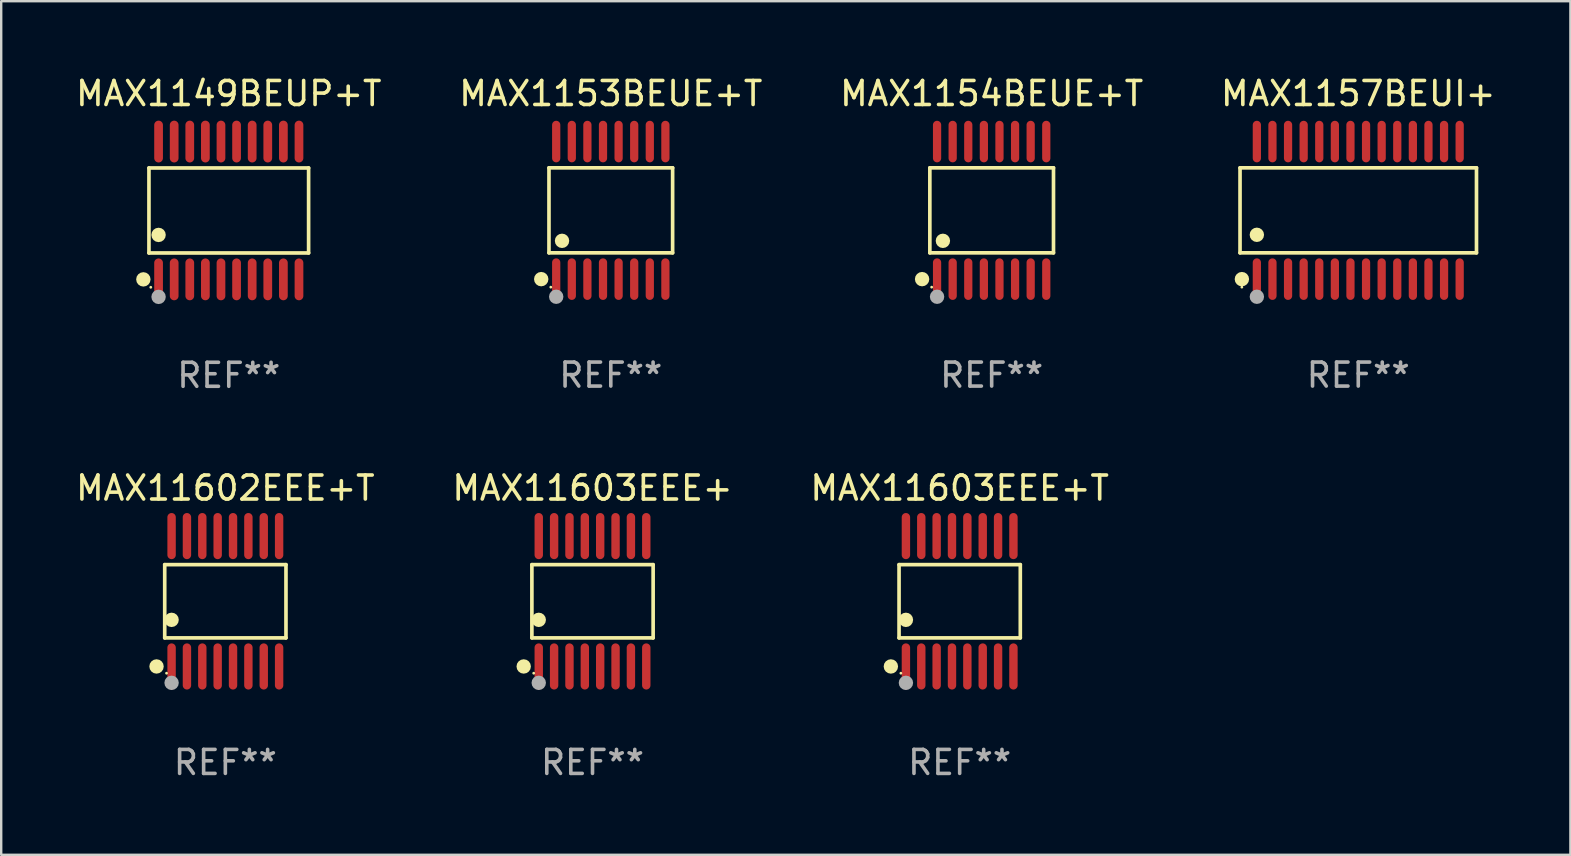
<source format=kicad_pcb>
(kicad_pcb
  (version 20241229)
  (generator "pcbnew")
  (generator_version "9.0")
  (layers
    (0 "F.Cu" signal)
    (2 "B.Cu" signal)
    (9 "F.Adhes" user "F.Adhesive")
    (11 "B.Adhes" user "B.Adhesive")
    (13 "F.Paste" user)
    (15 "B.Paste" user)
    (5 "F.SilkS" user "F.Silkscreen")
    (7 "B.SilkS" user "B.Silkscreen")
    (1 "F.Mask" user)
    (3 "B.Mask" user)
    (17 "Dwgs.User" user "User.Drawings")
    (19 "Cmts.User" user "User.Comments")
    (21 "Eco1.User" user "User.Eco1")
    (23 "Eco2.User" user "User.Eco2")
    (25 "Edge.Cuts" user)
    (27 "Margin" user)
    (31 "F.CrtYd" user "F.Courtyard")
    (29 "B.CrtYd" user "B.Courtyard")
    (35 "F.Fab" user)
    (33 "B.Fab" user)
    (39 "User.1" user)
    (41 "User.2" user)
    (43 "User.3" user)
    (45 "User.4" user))
  (footprint "MAX1153BEUE+T"
    (layer "F.Cu")
    (at 22.399 5.714)
    (property "Reference" "MAX1153BEUE+T" (at 0 -4.866 0) (layer "F.SilkS") (effects (font (size 1 1) (thickness 0.15))))
    (attr through_hole)
    (fp_line (start -2.576 -1.772) (end 2.576 -1.772) (stroke (width 0.152) (type solid)) (layer "F.SilkS"))
    (fp_line (start -2.576 1.771) (end -2.576 -1.772) (stroke (width 0.152) (type solid)) (layer "F.SilkS"))
    (fp_line (start 2.576 -1.772) (end 2.576 1.771) (stroke (width 0.152) (type solid)) (layer "F.SilkS"))
    (fp_line (start 2.576 1.771) (end -2.576 1.771) (stroke (width 0.152) (type solid)) (layer "F.SilkS"))
    (fp_circle (center -2.899 2.866) (end -2.749 2.866) (stroke (width 0.3) (type solid)) (fill no) (layer "F.SilkS"))
    (fp_circle (center -2.5 3.2) (end -2.47 3.2) (stroke (width 0.06) (type solid)) (fill no) (layer "F.SilkS"))
    (fp_circle (center -2.032 1.27) (end -1.882 1.27) (stroke (width 0.3) (type solid)) (fill no) (layer "F.SilkS"))
    (fp_circle (center -2.275 3.6) (end -2.125 3.6) (stroke (width 0.3) (type solid)) (fill no) (layer "F.Fab"))
    (fp_text user "REF**" (at 0 6.866 0) (layer "F.Fab") (effects (font (size 1 1) (thickness 0.15))))
    (pad "1" smd oval (at -2.275 2.866) (size 0.343 1.731) (layers "F.Cu" "F.Mask" "F.Paste"))
    (pad "2" smd oval (at -1.625 2.866) (size 0.343 1.731) (layers "F.Cu" "F.Mask" "F.Paste"))
    (pad "3" smd oval (at -0.975 2.866) (size 0.343 1.731) (layers "F.Cu" "F.Mask" "F.Paste"))
    (pad "4" smd oval (at -0.325 2.866) (size 0.343 1.731) (layers "F.Cu" "F.Mask" "F.Paste"))
    (pad "5" smd oval (at 0.325 2.866) (size 0.343 1.731) (layers "F.Cu" "F.Mask" "F.Paste"))
    (pad "6" smd oval (at 0.975 2.866) (size 0.343 1.731) (layers "F.Cu" "F.Mask" "F.Paste"))
    (pad "7" smd oval (at 1.625 2.866) (size 0.343 1.731) (layers "F.Cu" "F.Mask" "F.Paste"))
    (pad "8" smd oval (at 2.275 2.866) (size 0.343 1.731) (layers "F.Cu" "F.Mask" "F.Paste"))
    (pad "9" smd oval (at 2.275 -2.866) (size 0.343 1.731) (layers "F.Cu" "F.Mask" "F.Paste"))
    (pad "10" smd oval (at 1.625 -2.866) (size 0.343 1.731) (layers "F.Cu" "F.Mask" "F.Paste"))
    (pad "11" smd oval (at 0.975 -2.866) (size 0.343 1.731) (layers "F.Cu" "F.Mask" "F.Paste"))
    (pad "12" smd oval (at 0.325 -2.866) (size 0.343 1.731) (layers "F.Cu" "F.Mask" "F.Paste"))
    (pad "13" smd oval (at -0.325 -2.866) (size 0.343 1.731) (layers "F.Cu" "F.Mask" "F.Paste"))
    (pad "14" smd oval (at -0.975 -2.866) (size 0.343 1.731) (layers "F.Cu" "F.Mask" "F.Paste"))
    (pad "15" smd oval (at -1.625 -2.866) (size 0.343 1.731) (layers "F.Cu" "F.Mask" "F.Paste"))
    (pad "16" smd oval (at -2.275 -2.866) (size 0.343 1.731) (layers "F.Cu" "F.Mask" "F.Paste")))
  (footprint "MAX11603EEE+"
    (layer "F.Cu")
    (at 21.637 22.002)
    (property "Reference" "MAX11603EEE+" (at 0 -4.716 0) (layer "F.SilkS") (effects (font (size 1 1) (thickness 0.15))))
    (attr through_hole)
    (fp_line (start -2.526 -1.526) (end 2.526 -1.526) (stroke (width 0.152) (type solid)) (layer "F.SilkS"))
    (fp_line (start -2.526 1.526) (end -2.526 -1.526) (stroke (width 0.152) (type solid)) (layer "F.SilkS"))
    (fp_line (start 2.526 -1.526) (end 2.526 1.526) (stroke (width 0.152) (type solid)) (layer "F.SilkS"))
    (fp_line (start 2.526 1.526) (end -2.526 1.526) (stroke (width 0.152) (type solid)) (layer "F.SilkS"))
    (fp_circle (center -2.867 2.716) (end -2.717 2.716) (stroke (width 0.3) (type solid)) (fill no) (layer "F.SilkS"))
    (fp_circle (center -2.45 2.997) (end -2.42 2.997) (stroke (width 0.06) (type solid)) (fill no) (layer "F.SilkS"))
    (fp_circle (center -2.24 0.774) (end -2.09 0.774) (stroke (width 0.3) (type solid)) (fill no) (layer "F.SilkS"))
    (fp_circle (center -2.24 3.398) (end -2.09 3.398) (stroke (width 0.3) (type solid)) (fill no) (layer "F.Fab"))
    (fp_text user "REF**" (at 0 6.716 0) (layer "F.Fab") (effects (font (size 1 1) (thickness 0.15))))
    (pad "1" smd oval (at -2.24 2.716) (size 0.35 1.922) (layers "F.Cu" "F.Mask" "F.Paste"))
    (pad "2" smd oval (at -1.6 2.716) (size 0.35 1.922) (layers "F.Cu" "F.Mask" "F.Paste"))
    (pad "3" smd oval (at -0.96 2.716) (size 0.35 1.922) (layers "F.Cu" "F.Mask" "F.Paste"))
    (pad "4" smd oval (at -0.32 2.716) (size 0.35 1.922) (layers "F.Cu" "F.Mask" "F.Paste"))
    (pad "5" smd oval (at 0.32 2.716) (size 0.35 1.922) (layers "F.Cu" "F.Mask" "F.Paste"))
    (pad "6" smd oval (at 0.96 2.716) (size 0.35 1.922) (layers "F.Cu" "F.Mask" "F.Paste"))
    (pad "7" smd oval (at 1.6 2.716) (size 0.35 1.922) (layers "F.Cu" "F.Mask" "F.Paste"))
    (pad "8" smd oval (at 2.24 2.716) (size 0.35 1.922) (layers "F.Cu" "F.Mask" "F.Paste"))
    (pad "9" smd oval (at 2.24 -2.716) (size 0.35 1.922) (layers "F.Cu" "F.Mask" "F.Paste"))
    (pad "10" smd oval (at 1.6 -2.716) (size 0.35 1.922) (layers "F.Cu" "F.Mask" "F.Paste"))
    (pad "11" smd oval (at 0.96 -2.716) (size 0.35 1.922) (layers "F.Cu" "F.Mask" "F.Paste"))
    (pad "12" smd oval (at 0.32 -2.716) (size 0.35 1.922) (layers "F.Cu" "F.Mask" "F.Paste"))
    (pad "13" smd oval (at -0.32 -2.716) (size 0.35 1.922) (layers "F.Cu" "F.Mask" "F.Paste"))
    (pad "14" smd oval (at -0.96 -2.716) (size 0.35 1.922) (layers "F.Cu" "F.Mask" "F.Paste"))
    (pad "15" smd oval (at -1.6 -2.716) (size 0.35 1.922) (layers "F.Cu" "F.Mask" "F.Paste"))
    (pad "16" smd oval (at -2.24 -2.716) (size 0.35 1.922) (layers "F.Cu" "F.Mask" "F.Paste")))
  (footprint "MAX1149BEUP+T"
    (layer "F.Cu")
    (at 6.482 5.719)
    (property "Reference" "MAX1149BEUP+T" (at 0 -4.871 0) (layer "F.SilkS") (effects (font (size 1 1) (thickness 0.15))))
    (attr through_hole)
    (fp_line (start -3.326 -1.771) (end 3.326 -1.771) (stroke (width 0.152) (type solid)) (layer "F.SilkS"))
    (fp_line (start -3.326 1.771) (end -3.326 -1.771) (stroke (width 0.152) (type solid)) (layer "F.SilkS"))
    (fp_line (start 3.326 -1.771) (end 3.326 1.771) (stroke (width 0.152) (type solid)) (layer "F.SilkS"))
    (fp_line (start 3.326 1.771) (end -3.326 1.771) (stroke (width 0.152) (type solid)) (layer "F.SilkS"))
    (fp_circle (center -3.559 2.871) (end -3.409 2.871) (stroke (width 0.3) (type solid)) (fill no) (layer "F.SilkS"))
    (fp_circle (center -3.25 3.2) (end -3.22 3.2) (stroke (width 0.06) (type solid)) (fill no) (layer "F.SilkS"))
    (fp_circle (center -2.925 1.019) (end -2.775 1.019) (stroke (width 0.3) (type solid)) (fill no) (layer "F.SilkS"))
    (fp_circle (center -2.925 3.6) (end -2.775 3.6) (stroke (width 0.3) (type solid)) (fill no) (layer "F.Fab"))
    (fp_text user "REF**" (at 0 6.871 0) (layer "F.Fab") (effects (font (size 1 1) (thickness 0.15))))
    (pad "1" smd oval (at -2.925 2.871) (size 0.364 1.742) (layers "F.Cu" "F.Mask" "F.Paste"))
    (pad "2" smd oval (at -2.275 2.871) (size 0.364 1.742) (layers "F.Cu" "F.Mask" "F.Paste"))
    (pad "3" smd oval (at -1.625 2.871) (size 0.364 1.742) (layers "F.Cu" "F.Mask" "F.Paste"))
    (pad "4" smd oval (at -0.975 2.871) (size 0.364 1.742) (layers "F.Cu" "F.Mask" "F.Paste"))
    (pad "5" smd oval (at -0.325 2.871) (size 0.364 1.742) (layers "F.Cu" "F.Mask" "F.Paste"))
    (pad "6" smd oval (at 0.325 2.871) (size 0.364 1.742) (layers "F.Cu" "F.Mask" "F.Paste"))
    (pad "7" smd oval (at 0.975 2.871) (size 0.364 1.742) (layers "F.Cu" "F.Mask" "F.Paste"))
    (pad "8" smd oval (at 1.625 2.871) (size 0.364 1.742) (layers "F.Cu" "F.Mask" "F.Paste"))
    (pad "9" smd oval (at 2.275 2.871) (size 0.364 1.742) (layers "F.Cu" "F.Mask" "F.Paste"))
    (pad "10" smd oval (at 2.925 2.871) (size 0.364 1.742) (layers "F.Cu" "F.Mask" "F.Paste"))
    (pad "11" smd oval (at 2.925 -2.871) (size 0.364 1.742) (layers "F.Cu" "F.Mask" "F.Paste"))
    (pad "12" smd oval (at 2.275 -2.871) (size 0.364 1.742) (layers "F.Cu" "F.Mask" "F.Paste"))
    (pad "13" smd oval (at 1.625 -2.871) (size 0.364 1.742) (layers "F.Cu" "F.Mask" "F.Paste"))
    (pad "14" smd oval (at 0.975 -2.871) (size 0.364 1.742) (layers "F.Cu" "F.Mask" "F.Paste"))
    (pad "15" smd oval (at 0.325 -2.871) (size 0.364 1.742) (layers "F.Cu" "F.Mask" "F.Paste"))
    (pad "16" smd oval (at -0.325 -2.871) (size 0.364 1.742) (layers "F.Cu" "F.Mask" "F.Paste"))
    (pad "17" smd oval (at -0.975 -2.871) (size 0.364 1.742) (layers "F.Cu" "F.Mask" "F.Paste"))
    (pad "18" smd oval (at -1.625 -2.871) (size 0.364 1.742) (layers "F.Cu" "F.Mask" "F.Paste"))
    (pad "19" smd oval (at -2.275 -2.871) (size 0.364 1.742) (layers "F.Cu" "F.Mask" "F.Paste"))
    (pad "20" smd oval (at -2.925 -2.871) (size 0.364 1.742) (layers "F.Cu" "F.Mask" "F.Paste")))
  (footprint "MAX1157BEUI+"
    (layer "F.Cu")
    (at 53.542 5.714)
    (property "Reference" "MAX1157BEUI+" (at 0 -4.866 0) (layer "F.SilkS") (effects (font (size 1 1) (thickness 0.15))))
    (attr through_hole)
    (fp_line (start -4.926 -1.772) (end 4.926 -1.772) (stroke (width 0.152) (type solid)) (layer "F.SilkS"))
    (fp_line (start -4.926 1.771) (end -4.926 -1.772) (stroke (width 0.152) (type solid)) (layer "F.SilkS"))
    (fp_line (start 4.926 -1.772) (end 4.926 1.771) (stroke (width 0.152) (type solid)) (layer "F.SilkS"))
    (fp_line (start 4.926 1.771) (end -4.926 1.771) (stroke (width 0.152) (type solid)) (layer "F.SilkS"))
    (fp_circle (center -4.85 3.2) (end -4.82 3.2) (stroke (width 0.06) (type solid)) (fill no) (layer "F.SilkS"))
    (fp_circle (center -4.849 2.866) (end -4.699 2.866) (stroke (width 0.3) (type solid)) (fill no) (layer "F.SilkS"))
    (fp_circle (center -4.225 1.019) (end -4.075 1.019) (stroke (width 0.3) (type solid)) (fill no) (layer "F.SilkS"))
    (fp_circle (center -4.225 3.6) (end -4.075 3.6) (stroke (width 0.3) (type solid)) (fill no) (layer "F.Fab"))
    (fp_text user "REF**" (at 0 6.866 0) (layer "F.Fab") (effects (font (size 1 1) (thickness 0.15))))
    (pad "1" smd oval (at -4.225 2.866) (size 0.343 1.731) (layers "F.Cu" "F.Mask" "F.Paste"))
    (pad "2" smd oval (at -3.575 2.866) (size 0.343 1.731) (layers "F.Cu" "F.Mask" "F.Paste"))
    (pad "3" smd oval (at -2.925 2.866) (size 0.343 1.731) (layers "F.Cu" "F.Mask" "F.Paste"))
    (pad "4" smd oval (at -2.275 2.866) (size 0.343 1.731) (layers "F.Cu" "F.Mask" "F.Paste"))
    (pad "5" smd oval (at -1.625 2.866) (size 0.343 1.731) (layers "F.Cu" "F.Mask" "F.Paste"))
    (pad "6" smd oval (at -0.975 2.866) (size 0.343 1.731) (layers "F.Cu" "F.Mask" "F.Paste"))
    (pad "7" smd oval (at -0.325 2.866) (size 0.343 1.731) (layers "F.Cu" "F.Mask" "F.Paste"))
    (pad "8" smd oval (at 0.325 2.866) (size 0.343 1.731) (layers "F.Cu" "F.Mask" "F.Paste"))
    (pad "9" smd oval (at 0.975 2.866) (size 0.343 1.731) (layers "F.Cu" "F.Mask" "F.Paste"))
    (pad "10" smd oval (at 1.625 2.866) (size 0.343 1.731) (layers "F.Cu" "F.Mask" "F.Paste"))
    (pad "11" smd oval (at 2.275 2.866) (size 0.343 1.731) (layers "F.Cu" "F.Mask" "F.Paste"))
    (pad "12" smd oval (at 2.925 2.866) (size 0.343 1.731) (layers "F.Cu" "F.Mask" "F.Paste"))
    (pad "13" smd oval (at 3.575 2.866) (size 0.343 1.731) (layers "F.Cu" "F.Mask" "F.Paste"))
    (pad "14" smd oval (at 4.225 2.866) (size 0.343 1.731) (layers "F.Cu" "F.Mask" "F.Paste"))
    (pad "15" smd oval (at 4.225 -2.866) (size 0.343 1.731) (layers "F.Cu" "F.Mask" "F.Paste"))
    (pad "16" smd oval (at 3.575 -2.866) (size 0.343 1.731) (layers "F.Cu" "F.Mask" "F.Paste"))
    (pad "17" smd oval (at 2.925 -2.866) (size 0.343 1.731) (layers "F.Cu" "F.Mask" "F.Paste"))
    (pad "18" smd oval (at 2.275 -2.866) (size 0.343 1.731) (layers "F.Cu" "F.Mask" "F.Paste"))
    (pad "19" smd oval (at 1.625 -2.866) (size 0.343 1.731) (layers "F.Cu" "F.Mask" "F.Paste"))
    (pad "20" smd oval (at 0.975 -2.866) (size 0.343 1.731) (layers "F.Cu" "F.Mask" "F.Paste"))
    (pad "21" smd oval (at 0.325 -2.866) (size 0.343 1.731) (layers "F.Cu" "F.Mask" "F.Paste"))
    (pad "22" smd oval (at -0.325 -2.866) (size 0.343 1.731) (layers "F.Cu" "F.Mask" "F.Paste"))
    (pad "23" smd oval (at -0.975 -2.866) (size 0.343 1.731) (layers "F.Cu" "F.Mask" "F.Paste"))
    (pad "24" smd oval (at -1.625 -2.866) (size 0.343 1.731) (layers "F.Cu" "F.Mask" "F.Paste"))
    (pad "25" smd oval (at -2.275 -2.866) (size 0.343 1.731) (layers "F.Cu" "F.Mask" "F.Paste"))
    (pad "26" smd oval (at -2.925 -2.866) (size 0.343 1.731) (layers "F.Cu" "F.Mask" "F.Paste"))
    (pad "27" smd oval (at -3.575 -2.866) (size 0.343 1.731) (layers "F.Cu" "F.Mask" "F.Paste"))
    (pad "28" smd oval (at -4.225 -2.866) (size 0.343 1.731) (layers "F.Cu" "F.Mask" "F.Paste")))
  (footprint "MAX1154BEUE+T"
    (layer "F.Cu")
    (at 38.268 5.714)
    (property "Reference" "MAX1154BEUE+T" (at 0 -4.866 0) (layer "F.SilkS") (effects (font (size 1 1) (thickness 0.15))))
    (attr through_hole)
    (fp_line (start -2.576 -1.772) (end 2.576 -1.772) (stroke (width 0.152) (type solid)) (layer "F.SilkS"))
    (fp_line (start -2.576 1.771) (end -2.576 -1.772) (stroke (width 0.152) (type solid)) (layer "F.SilkS"))
    (fp_line (start 2.576 -1.772) (end 2.576 1.771) (stroke (width 0.152) (type solid)) (layer "F.SilkS"))
    (fp_line (start 2.576 1.771) (end -2.576 1.771) (stroke (width 0.152) (type solid)) (layer "F.SilkS"))
    (fp_circle (center -2.899 2.866) (end -2.749 2.866) (stroke (width 0.3) (type solid)) (fill no) (layer "F.SilkS"))
    (fp_circle (center -2.5 3.2) (end -2.47 3.2) (stroke (width 0.06) (type solid)) (fill no) (layer "F.SilkS"))
    (fp_circle (center -2.032 1.27) (end -1.882 1.27) (stroke (width 0.3) (type solid)) (fill no) (layer "F.SilkS"))
    (fp_circle (center -2.275 3.6) (end -2.125 3.6) (stroke (width 0.3) (type solid)) (fill no) (layer "F.Fab"))
    (fp_text user "REF**" (at 0 6.866 0) (layer "F.Fab") (effects (font (size 1 1) (thickness 0.15))))
    (pad "1" smd oval (at -2.275 2.866) (size 0.343 1.731) (layers "F.Cu" "F.Mask" "F.Paste"))
    (pad "2" smd oval (at -1.625 2.866) (size 0.343 1.731) (layers "F.Cu" "F.Mask" "F.Paste"))
    (pad "3" smd oval (at -0.975 2.866) (size 0.343 1.731) (layers "F.Cu" "F.Mask" "F.Paste"))
    (pad "4" smd oval (at -0.325 2.866) (size 0.343 1.731) (layers "F.Cu" "F.Mask" "F.Paste"))
    (pad "5" smd oval (at 0.325 2.866) (size 0.343 1.731) (layers "F.Cu" "F.Mask" "F.Paste"))
    (pad "6" smd oval (at 0.975 2.866) (size 0.343 1.731) (layers "F.Cu" "F.Mask" "F.Paste"))
    (pad "7" smd oval (at 1.625 2.866) (size 0.343 1.731) (layers "F.Cu" "F.Mask" "F.Paste"))
    (pad "8" smd oval (at 2.275 2.866) (size 0.343 1.731) (layers "F.Cu" "F.Mask" "F.Paste"))
    (pad "9" smd oval (at 2.275 -2.866) (size 0.343 1.731) (layers "F.Cu" "F.Mask" "F.Paste"))
    (pad "10" smd oval (at 1.625 -2.866) (size 0.343 1.731) (layers "F.Cu" "F.Mask" "F.Paste"))
    (pad "11" smd oval (at 0.975 -2.866) (size 0.343 1.731) (layers "F.Cu" "F.Mask" "F.Paste"))
    (pad "12" smd oval (at 0.325 -2.866) (size 0.343 1.731) (layers "F.Cu" "F.Mask" "F.Paste"))
    (pad "13" smd oval (at -0.325 -2.866) (size 0.343 1.731) (layers "F.Cu" "F.Mask" "F.Paste"))
    (pad "14" smd oval (at -0.975 -2.866) (size 0.343 1.731) (layers "F.Cu" "F.Mask" "F.Paste"))
    (pad "15" smd oval (at -1.625 -2.866) (size 0.343 1.731) (layers "F.Cu" "F.Mask" "F.Paste"))
    (pad "16" smd oval (at -2.275 -2.866) (size 0.343 1.731) (layers "F.Cu" "F.Mask" "F.Paste")))
  (footprint "MAX11603EEE+T"
    (layer "F.Cu")
    (at 36.935 22.002)
    (property "Reference" "MAX11603EEE+T" (at 0 -4.716 0) (layer "F.SilkS") (effects (font (size 1 1) (thickness 0.15))))
    (attr through_hole)
    (fp_line (start -2.526 -1.526) (end 2.526 -1.526) (stroke (width 0.152) (type solid)) (layer "F.SilkS"))
    (fp_line (start -2.526 1.526) (end -2.526 -1.526) (stroke (width 0.152) (type solid)) (layer "F.SilkS"))
    (fp_line (start 2.526 -1.526) (end 2.526 1.526) (stroke (width 0.152) (type solid)) (layer "F.SilkS"))
    (fp_line (start 2.526 1.526) (end -2.526 1.526) (stroke (width 0.152) (type solid)) (layer "F.SilkS"))
    (fp_circle (center -2.867 2.716) (end -2.717 2.716) (stroke (width 0.3) (type solid)) (fill no) (layer "F.SilkS"))
    (fp_circle (center -2.45 2.997) (end -2.42 2.997) (stroke (width 0.06) (type solid)) (fill no) (layer "F.SilkS"))
    (fp_circle (center -2.24 0.774) (end -2.09 0.774) (stroke (width 0.3) (type solid)) (fill no) (layer "F.SilkS"))
    (fp_circle (center -2.24 3.398) (end -2.09 3.398) (stroke (width 0.3) (type solid)) (fill no) (layer "F.Fab"))
    (fp_text user "REF**" (at 0 6.716 0) (layer "F.Fab") (effects (font (size 1 1) (thickness 0.15))))
    (pad "1" smd oval (at -2.24 2.716) (size 0.35 1.922) (layers "F.Cu" "F.Mask" "F.Paste"))
    (pad "2" smd oval (at -1.6 2.716) (size 0.35 1.922) (layers "F.Cu" "F.Mask" "F.Paste"))
    (pad "3" smd oval (at -0.96 2.716) (size 0.35 1.922) (layers "F.Cu" "F.Mask" "F.Paste"))
    (pad "4" smd oval (at -0.32 2.716) (size 0.35 1.922) (layers "F.Cu" "F.Mask" "F.Paste"))
    (pad "5" smd oval (at 0.32 2.716) (size 0.35 1.922) (layers "F.Cu" "F.Mask" "F.Paste"))
    (pad "6" smd oval (at 0.96 2.716) (size 0.35 1.922) (layers "F.Cu" "F.Mask" "F.Paste"))
    (pad "7" smd oval (at 1.6 2.716) (size 0.35 1.922) (layers "F.Cu" "F.Mask" "F.Paste"))
    (pad "8" smd oval (at 2.24 2.716) (size 0.35 1.922) (layers "F.Cu" "F.Mask" "F.Paste"))
    (pad "9" smd oval (at 2.24 -2.716) (size 0.35 1.922) (layers "F.Cu" "F.Mask" "F.Paste"))
    (pad "10" smd oval (at 1.6 -2.716) (size 0.35 1.922) (layers "F.Cu" "F.Mask" "F.Paste"))
    (pad "11" smd oval (at 0.96 -2.716) (size 0.35 1.922) (layers "F.Cu" "F.Mask" "F.Paste"))
    (pad "12" smd oval (at 0.32 -2.716) (size 0.35 1.922) (layers "F.Cu" "F.Mask" "F.Paste"))
    (pad "13" smd oval (at -0.32 -2.716) (size 0.35 1.922) (layers "F.Cu" "F.Mask" "F.Paste"))
    (pad "14" smd oval (at -0.96 -2.716) (size 0.35 1.922) (layers "F.Cu" "F.Mask" "F.Paste"))
    (pad "15" smd oval (at -1.6 -2.716) (size 0.35 1.922) (layers "F.Cu" "F.Mask" "F.Paste"))
    (pad "16" smd oval (at -2.24 -2.716) (size 0.35 1.922) (layers "F.Cu" "F.Mask" "F.Paste")))
  (footprint "MAX11602EEE+T"
    (layer "F.Cu")
    (at 6.339 22.002)
    (property "Reference" "MAX11602EEE+T" (at 0 -4.716 0) (layer "F.SilkS") (effects (font (size 1 1) (thickness 0.15))))
    (attr through_hole)
    (fp_line (start -2.526 -1.526) (end 2.526 -1.526) (stroke (width 0.152) (type solid)) (layer "F.SilkS"))
    (fp_line (start -2.526 1.526) (end -2.526 -1.526) (stroke (width 0.152) (type solid)) (layer "F.SilkS"))
    (fp_line (start 2.526 -1.526) (end 2.526 1.526) (stroke (width 0.152) (type solid)) (layer "F.SilkS"))
    (fp_line (start 2.526 1.526) (end -2.526 1.526) (stroke (width 0.152) (type solid)) (layer "F.SilkS"))
    (fp_circle (center -2.867 2.716) (end -2.717 2.716) (stroke (width 0.3) (type solid)) (fill no) (layer "F.SilkS"))
    (fp_circle (center -2.45 2.997) (end -2.42 2.997) (stroke (width 0.06) (type solid)) (fill no) (layer "F.SilkS"))
    (fp_circle (center -2.24 0.774) (end -2.09 0.774) (stroke (width 0.3) (type solid)) (fill no) (layer "F.SilkS"))
    (fp_circle (center -2.24 3.398) (end -2.09 3.398) (stroke (width 0.3) (type solid)) (fill no) (layer "F.Fab"))
    (fp_text user "REF**" (at 0 6.716 0) (layer "F.Fab") (effects (font (size 1 1) (thickness 0.15))))
    (pad "1" smd oval (at -2.24 2.716) (size 0.35 1.922) (layers "F.Cu" "F.Mask" "F.Paste"))
    (pad "2" smd oval (at -1.6 2.716) (size 0.35 1.922) (layers "F.Cu" "F.Mask" "F.Paste"))
    (pad "3" smd oval (at -0.96 2.716) (size 0.35 1.922) (layers "F.Cu" "F.Mask" "F.Paste"))
    (pad "4" smd oval (at -0.32 2.716) (size 0.35 1.922) (layers "F.Cu" "F.Mask" "F.Paste"))
    (pad "5" smd oval (at 0.32 2.716) (size 0.35 1.922) (layers "F.Cu" "F.Mask" "F.Paste"))
    (pad "6" smd oval (at 0.96 2.716) (size 0.35 1.922) (layers "F.Cu" "F.Mask" "F.Paste"))
    (pad "7" smd oval (at 1.6 2.716) (size 0.35 1.922) (layers "F.Cu" "F.Mask" "F.Paste"))
    (pad "8" smd oval (at 2.24 2.716) (size 0.35 1.922) (layers "F.Cu" "F.Mask" "F.Paste"))
    (pad "9" smd oval (at 2.24 -2.716) (size 0.35 1.922) (layers "F.Cu" "F.Mask" "F.Paste"))
    (pad "10" smd oval (at 1.6 -2.716) (size 0.35 1.922) (layers "F.Cu" "F.Mask" "F.Paste"))
    (pad "11" smd oval (at 0.96 -2.716) (size 0.35 1.922) (layers "F.Cu" "F.Mask" "F.Paste"))
    (pad "12" smd oval (at 0.32 -2.716) (size 0.35 1.922) (layers "F.Cu" "F.Mask" "F.Paste"))
    (pad "13" smd oval (at -0.32 -2.716) (size 0.35 1.922) (layers "F.Cu" "F.Mask" "F.Paste"))
    (pad "14" smd oval (at -0.96 -2.716) (size 0.35 1.922) (layers "F.Cu" "F.Mask" "F.Paste"))
    (pad "15" smd oval (at -1.6 -2.716) (size 0.35 1.922) (layers "F.Cu" "F.Mask" "F.Paste"))
    (pad "16" smd oval (at -2.24 -2.716) (size 0.35 1.922) (layers "F.Cu" "F.Mask" "F.Paste")))
  (gr_rect
    (start -3 -3)
    (end 62.381 32.566)
    (stroke (width 0.1) (type default))
    (fill no)
    (layer "Edge.Cuts")))
</source>
